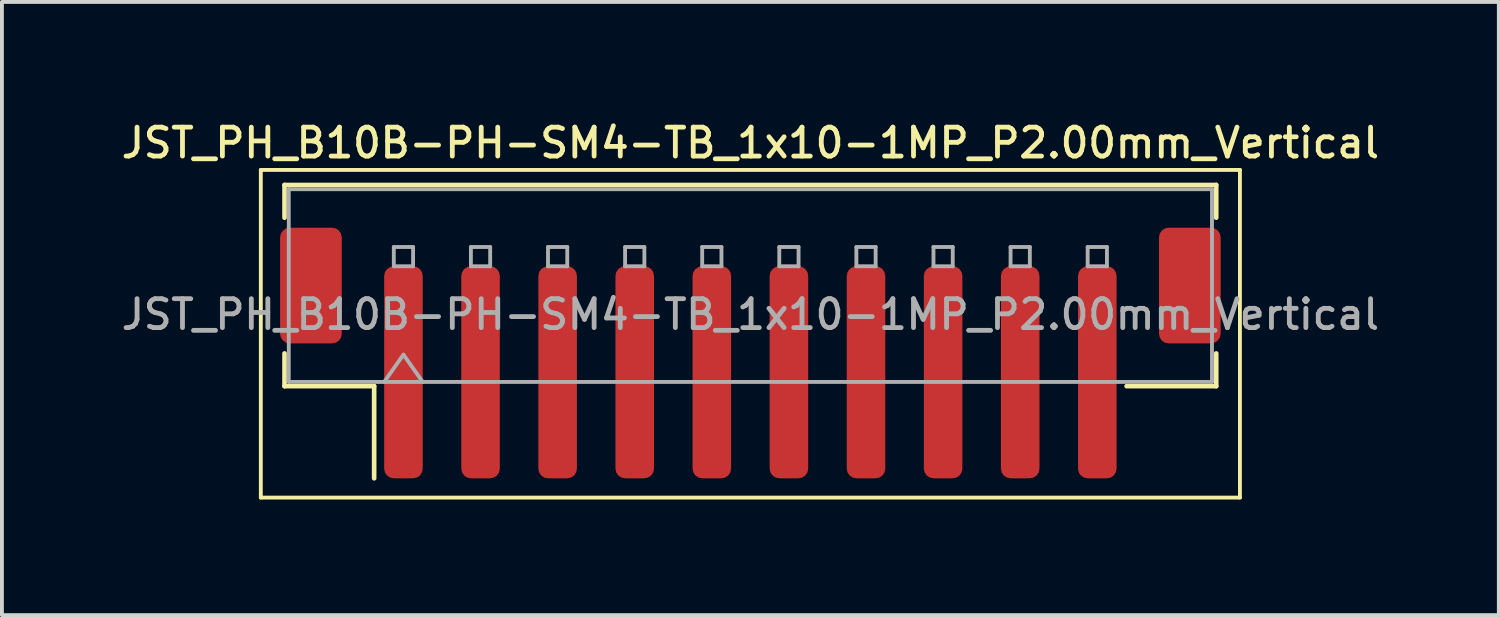
<source format=kicad_pcb>
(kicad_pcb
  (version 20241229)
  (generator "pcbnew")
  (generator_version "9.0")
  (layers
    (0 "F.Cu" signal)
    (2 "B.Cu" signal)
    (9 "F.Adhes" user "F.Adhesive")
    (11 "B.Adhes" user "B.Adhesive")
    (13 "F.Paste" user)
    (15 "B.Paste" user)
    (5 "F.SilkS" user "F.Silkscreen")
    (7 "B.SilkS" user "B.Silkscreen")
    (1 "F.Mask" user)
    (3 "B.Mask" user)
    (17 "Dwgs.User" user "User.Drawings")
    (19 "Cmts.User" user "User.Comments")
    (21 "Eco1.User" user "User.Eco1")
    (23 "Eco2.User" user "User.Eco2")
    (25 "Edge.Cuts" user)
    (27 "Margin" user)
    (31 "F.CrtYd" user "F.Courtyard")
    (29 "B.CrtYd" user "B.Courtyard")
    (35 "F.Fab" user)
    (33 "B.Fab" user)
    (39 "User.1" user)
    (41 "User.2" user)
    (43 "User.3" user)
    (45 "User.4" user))
  (footprint "JST_PH_B10B-PH-SM4-TB_1x10-1MP_P2.00mm_Vertical"
    (layer "F.Cu")
    (at 16.416 6.108)
    (property "Reference" "JST_PH_B10B-PH-SM4-TB_1x10-1MP_P2.00mm_Vertical" (at 0 -5.45 0) (layer "F.SilkS") (effects (font (size 0.75 0.75) (thickness 0.125))))
    (attr smd)
    (fp_line (start -12.7 -4.75) (end -12.7 3.75) (stroke (width 0.1) (type solid)) (layer "F.SilkS"))
    (fp_line (start -12.7 3.75) (end 12.7 3.75) (stroke (width 0.1) (type solid)) (layer "F.SilkS"))
    (fp_line (start -12.085 -4.36) (end 12.085 -4.36) (stroke (width 0.12) (type solid)) (layer "F.SilkS"))
    (fp_line (start -12.085 -3.51) (end -12.085 -4.36) (stroke (width 0.12) (type solid)) (layer "F.SilkS"))
    (fp_line (start -12.085 0.01) (end -12.085 0.86) (stroke (width 0.12) (type solid)) (layer "F.SilkS"))
    (fp_line (start -12.085 0.86) (end -9.76 0.86) (stroke (width 0.12) (type solid)) (layer "F.SilkS"))
    (fp_line (start -9.76 0.86) (end -9.76 3.25) (stroke (width 0.12) (type solid)) (layer "F.SilkS"))
    (fp_line (start 12.085 -4.36) (end 12.085 -3.51) (stroke (width 0.12) (type solid)) (layer "F.SilkS"))
    (fp_line (start 12.085 0.01) (end 12.085 0.86) (stroke (width 0.12) (type solid)) (layer "F.SilkS"))
    (fp_line (start 12.085 0.86) (end 9.76 0.86) (stroke (width 0.12) (type solid)) (layer "F.SilkS"))
    (fp_line (start 12.7 -4.75) (end -12.7 -4.75) (stroke (width 0.1) (type solid)) (layer "F.SilkS"))
    (fp_line (start 12.7 3.75) (end 12.7 -4.75) (stroke (width 0.1) (type solid)) (layer "F.SilkS"))
    (fp_line (start -11.975 -4.25) (end 11.975 -4.25) (stroke (width 0.1) (type solid)) (layer "F.Fab"))
    (fp_line (start -11.975 0.75) (end -11.975 -4.25) (stroke (width 0.1) (type solid)) (layer "F.Fab"))
    (fp_line (start -11.975 0.75) (end 11.975 0.75) (stroke (width 0.1) (type solid)) (layer "F.Fab"))
    (fp_line (start -9.5 0.75) (end -9 0.043) (stroke (width 0.1) (type solid)) (layer "F.Fab"))
    (fp_line (start -9.25 -2.75) (end -9.25 -2.25) (stroke (width 0.1) (type solid)) (layer "F.Fab"))
    (fp_line (start -9.25 -2.25) (end -8.75 -2.25) (stroke (width 0.1) (type solid)) (layer "F.Fab"))
    (fp_line (start -9 0.043) (end -8.5 0.75) (stroke (width 0.1) (type solid)) (layer "F.Fab"))
    (fp_line (start -8.75 -2.75) (end -9.25 -2.75) (stroke (width 0.1) (type solid)) (layer "F.Fab"))
    (fp_line (start -8.75 -2.25) (end -8.75 -2.75) (stroke (width 0.1) (type solid)) (layer "F.Fab"))
    (fp_line (start -7.25 -2.75) (end -7.25 -2.25) (stroke (width 0.1) (type solid)) (layer "F.Fab"))
    (fp_line (start -7.25 -2.25) (end -6.75 -2.25) (stroke (width 0.1) (type solid)) (layer "F.Fab"))
    (fp_line (start -6.75 -2.75) (end -7.25 -2.75) (stroke (width 0.1) (type solid)) (layer "F.Fab"))
    (fp_line (start -6.75 -2.25) (end -6.75 -2.75) (stroke (width 0.1) (type solid)) (layer "F.Fab"))
    (fp_line (start -5.25 -2.75) (end -5.25 -2.25) (stroke (width 0.1) (type solid)) (layer "F.Fab"))
    (fp_line (start -5.25 -2.25) (end -4.75 -2.25) (stroke (width 0.1) (type solid)) (layer "F.Fab"))
    (fp_line (start -4.75 -2.75) (end -5.25 -2.75) (stroke (width 0.1) (type solid)) (layer "F.Fab"))
    (fp_line (start -4.75 -2.25) (end -4.75 -2.75) (stroke (width 0.1) (type solid)) (layer "F.Fab"))
    (fp_line (start -3.25 -2.75) (end -3.25 -2.25) (stroke (width 0.1) (type solid)) (layer "F.Fab"))
    (fp_line (start -3.25 -2.25) (end -2.75 -2.25) (stroke (width 0.1) (type solid)) (layer "F.Fab"))
    (fp_line (start -2.75 -2.75) (end -3.25 -2.75) (stroke (width 0.1) (type solid)) (layer "F.Fab"))
    (fp_line (start -2.75 -2.25) (end -2.75 -2.75) (stroke (width 0.1) (type solid)) (layer "F.Fab"))
    (fp_line (start -1.25 -2.75) (end -1.25 -2.25) (stroke (width 0.1) (type solid)) (layer "F.Fab"))
    (fp_line (start -1.25 -2.25) (end -0.75 -2.25) (stroke (width 0.1) (type solid)) (layer "F.Fab"))
    (fp_line (start -0.75 -2.75) (end -1.25 -2.75) (stroke (width 0.1) (type solid)) (layer "F.Fab"))
    (fp_line (start -0.75 -2.25) (end -0.75 -2.75) (stroke (width 0.1) (type solid)) (layer "F.Fab"))
    (fp_line (start 0.75 -2.75) (end 0.75 -2.25) (stroke (width 0.1) (type solid)) (layer "F.Fab"))
    (fp_line (start 0.75 -2.25) (end 1.25 -2.25) (stroke (width 0.1) (type solid)) (layer "F.Fab"))
    (fp_line (start 1.25 -2.75) (end 0.75 -2.75) (stroke (width 0.1) (type solid)) (layer "F.Fab"))
    (fp_line (start 1.25 -2.25) (end 1.25 -2.75) (stroke (width 0.1) (type solid)) (layer "F.Fab"))
    (fp_line (start 2.75 -2.75) (end 2.75 -2.25) (stroke (width 0.1) (type solid)) (layer "F.Fab"))
    (fp_line (start 2.75 -2.25) (end 3.25 -2.25) (stroke (width 0.1) (type solid)) (layer "F.Fab"))
    (fp_line (start 3.25 -2.75) (end 2.75 -2.75) (stroke (width 0.1) (type solid)) (layer "F.Fab"))
    (fp_line (start 3.25 -2.25) (end 3.25 -2.75) (stroke (width 0.1) (type solid)) (layer "F.Fab"))
    (fp_line (start 4.75 -2.75) (end 4.75 -2.25) (stroke (width 0.1) (type solid)) (layer "F.Fab"))
    (fp_line (start 4.75 -2.25) (end 5.25 -2.25) (stroke (width 0.1) (type solid)) (layer "F.Fab"))
    (fp_line (start 5.25 -2.75) (end 4.75 -2.75) (stroke (width 0.1) (type solid)) (layer "F.Fab"))
    (fp_line (start 5.25 -2.25) (end 5.25 -2.75) (stroke (width 0.1) (type solid)) (layer "F.Fab"))
    (fp_line (start 6.75 -2.75) (end 6.75 -2.25) (stroke (width 0.1) (type solid)) (layer "F.Fab"))
    (fp_line (start 6.75 -2.25) (end 7.25 -2.25) (stroke (width 0.1) (type solid)) (layer "F.Fab"))
    (fp_line (start 7.25 -2.75) (end 6.75 -2.75) (stroke (width 0.1) (type solid)) (layer "F.Fab"))
    (fp_line (start 7.25 -2.25) (end 7.25 -2.75) (stroke (width 0.1) (type solid)) (layer "F.Fab"))
    (fp_line (start 8.75 -2.75) (end 8.75 -2.25) (stroke (width 0.1) (type solid)) (layer "F.Fab"))
    (fp_line (start 8.75 -2.25) (end 9.25 -2.25) (stroke (width 0.1) (type solid)) (layer "F.Fab"))
    (fp_line (start 9.25 -2.75) (end 8.75 -2.75) (stroke (width 0.1) (type solid)) (layer "F.Fab"))
    (fp_line (start 9.25 -2.25) (end 9.25 -2.75) (stroke (width 0.1) (type solid)) (layer "F.Fab"))
    (fp_line (start 11.975 0.75) (end 11.975 -4.25) (stroke (width 0.1) (type solid)) (layer "F.Fab"))
    (fp_text user "${REFERENCE}" (at 0 -1 0) (layer "F.Fab") (effects (font (size 0.75 0.75) (thickness 0.125))))
    (pad "1" smd roundrect (at -9 0.5) (size 1 5.5) (layers "F.Cu" "F.Mask" "F.Paste") (roundrect_rratio 0.25))
    (pad "2" smd roundrect (at -7 0.5) (size 1 5.5) (layers "F.Cu" "F.Mask" "F.Paste") (roundrect_rratio 0.25))
    (pad "3" smd roundrect (at -5 0.5) (size 1 5.5) (layers "F.Cu" "F.Mask" "F.Paste") (roundrect_rratio 0.25))
    (pad "4" smd roundrect (at -3 0.5) (size 1 5.5) (layers "F.Cu" "F.Mask" "F.Paste") (roundrect_rratio 0.25))
    (pad "5" smd roundrect (at -1 0.5) (size 1 5.5) (layers "F.Cu" "F.Mask" "F.Paste") (roundrect_rratio 0.25))
    (pad "6" smd roundrect (at 1 0.5) (size 1 5.5) (layers "F.Cu" "F.Mask" "F.Paste") (roundrect_rratio 0.25))
    (pad "7" smd roundrect (at 3 0.5) (size 1 5.5) (layers "F.Cu" "F.Mask" "F.Paste") (roundrect_rratio 0.25))
    (pad "8" smd roundrect (at 5 0.5) (size 1 5.5) (layers "F.Cu" "F.Mask" "F.Paste") (roundrect_rratio 0.25))
    (pad "9" smd roundrect (at 7 0.5) (size 1 5.5) (layers "F.Cu" "F.Mask" "F.Paste") (roundrect_rratio 0.25))
    (pad "10" smd roundrect (at 9 0.5) (size 1 5.5) (layers "F.Cu" "F.Mask" "F.Paste") (roundrect_rratio 0.25))
    (pad "MP" smd roundrect (at -11.4 -1.75) (size 1.6 3) (layers "F.Cu" "F.Mask" "F.Paste") (roundrect_rratio 0.156))
    (pad "MP" smd roundrect (at 11.4 -1.75) (size 1.6 3) (layers "F.Cu" "F.Mask" "F.Paste") (roundrect_rratio 0.156)))
  (gr_rect
    (start -3 -3)
    (end 35.832 12.908)
    (stroke (width 0.1) (type default))
    (fill no)
    (layer "Edge.Cuts")))
</source>
